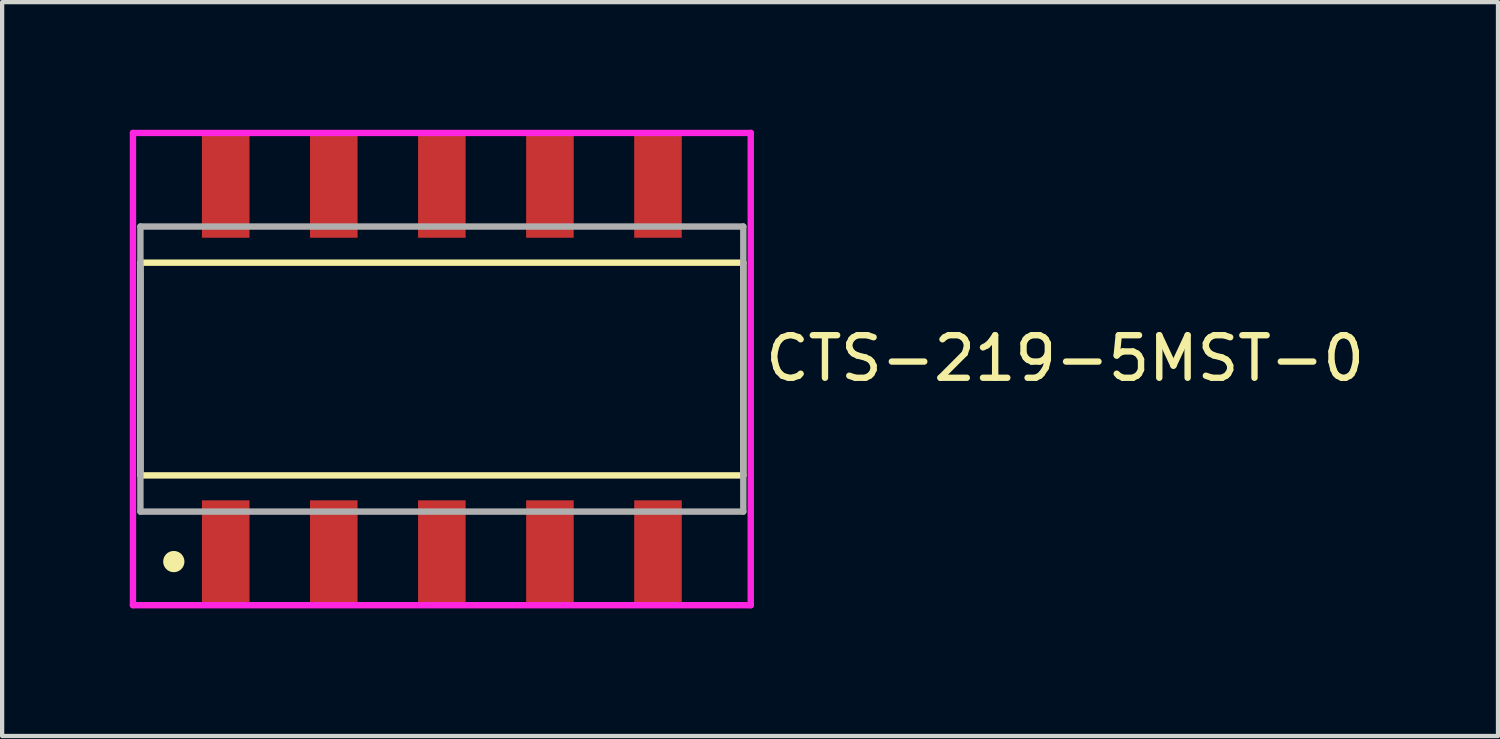
<source format=kicad_pcb>
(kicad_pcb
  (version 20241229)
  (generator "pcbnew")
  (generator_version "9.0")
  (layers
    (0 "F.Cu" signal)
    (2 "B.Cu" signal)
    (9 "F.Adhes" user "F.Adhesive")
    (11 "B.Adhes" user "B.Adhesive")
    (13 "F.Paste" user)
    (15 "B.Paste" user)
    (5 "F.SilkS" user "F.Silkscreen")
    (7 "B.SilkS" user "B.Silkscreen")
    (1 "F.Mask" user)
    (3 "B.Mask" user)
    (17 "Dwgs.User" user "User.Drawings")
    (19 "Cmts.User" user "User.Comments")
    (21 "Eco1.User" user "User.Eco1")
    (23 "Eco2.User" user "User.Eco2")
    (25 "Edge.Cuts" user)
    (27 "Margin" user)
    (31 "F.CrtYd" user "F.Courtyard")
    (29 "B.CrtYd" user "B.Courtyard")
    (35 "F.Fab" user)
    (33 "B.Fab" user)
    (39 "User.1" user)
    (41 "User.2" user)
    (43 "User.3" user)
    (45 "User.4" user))
  (footprint "CTS-219-5MST-0"
    (layer "F.Cu")
    (at 7.335 5.624)
    (property "Reference" "CTS-219-5MST-0" (at 7.525 -0.25 0) (layer "F.SilkS") (effects (font (size 1 1) (thickness 0.15)) (justify left)))
    (attr through_hole)
    (fp_line (start -7.085 -2.5) (end 7.085 -2.5) (stroke (width 0.15) (type solid)) (layer "F.SilkS"))
    (fp_line (start -7.085 2.5) (end -7.085 -2.5) (stroke (width 0.15) (type solid)) (layer "F.SilkS"))
    (fp_line (start 7.085 -2.5) (end 7.085 2.5) (stroke (width 0.15) (type solid)) (layer "F.SilkS"))
    (fp_line (start 7.085 2.5) (end -7.085 2.5) (stroke (width 0.15) (type solid)) (layer "F.SilkS"))
    (fp_circle (center -6.3 4.525) (end -6.175 4.525) (stroke (width 0.25) (type solid)) (fill no) (layer "F.SilkS"))
    (fp_line (start -7.26 -5.549) (end -7.26 5.55) (stroke (width 0.15) (type solid)) (layer "F.CrtYd"))
    (fp_line (start -7.26 5.55) (end 7.26 5.55) (stroke (width 0.15) (type solid)) (layer "F.CrtYd"))
    (fp_line (start 7.26 -5.549) (end -7.26 -5.549) (stroke (width 0.15) (type solid)) (layer "F.CrtYd"))
    (fp_line (start 7.26 -5.549) (end 7.26 -5.549) (stroke (width 0.15) (type solid)) (layer "F.CrtYd"))
    (fp_line (start 7.26 5.55) (end 7.26 -5.549) (stroke (width 0.15) (type solid)) (layer "F.CrtYd"))
    (fp_line (start -7.085 -3.35) (end 7.085 -3.35) (stroke (width 0.15) (type solid)) (layer "F.Fab"))
    (fp_line (start -7.085 3.35) (end -7.085 -3.35) (stroke (width 0.15) (type solid)) (layer "F.Fab"))
    (fp_line (start 7.085 -3.35) (end 7.085 3.35) (stroke (width 0.15) (type solid)) (layer "F.Fab"))
    (fp_line (start 7.085 3.35) (end -7.085 3.35) (stroke (width 0.15) (type solid)) (layer "F.Fab"))
    (pad "1" smd rect (at -5.08 4.305) (size 1.118 2.438) (layers "F.Cu" "F.Mask" "F.Paste"))
    (pad "2" smd rect (at -2.54 4.305) (size 1.118 2.438) (layers "F.Cu" "F.Mask" "F.Paste"))
    (pad "3" smd rect (at 0 4.305) (size 1.118 2.438) (layers "F.Cu" "F.Mask" "F.Paste"))
    (pad "4" smd rect (at 2.54 4.305) (size 1.118 2.438) (layers "F.Cu" "F.Mask" "F.Paste"))
    (pad "5" smd rect (at 5.08 4.305) (size 1.118 2.438) (layers "F.Cu" "F.Mask" "F.Paste"))
    (pad "6" smd rect (at 5.08 -4.305) (size 1.118 2.438) (layers "F.Cu" "F.Mask" "F.Paste"))
    (pad "7" smd rect (at 2.54 -4.305) (size 1.118 2.438) (layers "F.Cu" "F.Mask" "F.Paste"))
    (pad "8" smd rect (at 0 -4.305) (size 1.118 2.438) (layers "F.Cu" "F.Mask" "F.Paste"))
    (pad "9" smd rect (at -2.54 -4.305) (size 1.118 2.438) (layers "F.Cu" "F.Mask" "F.Paste"))
    (pad "10" smd rect (at -5.08 -4.305) (size 1.118 2.438) (layers "F.Cu" "F.Mask" "F.Paste")))
  (gr_rect
    (start -3 -3)
    (end 32.158 14.249)
    (stroke (width 0.1) (type default))
    (fill no)
    (layer "Edge.Cuts")))
</source>
